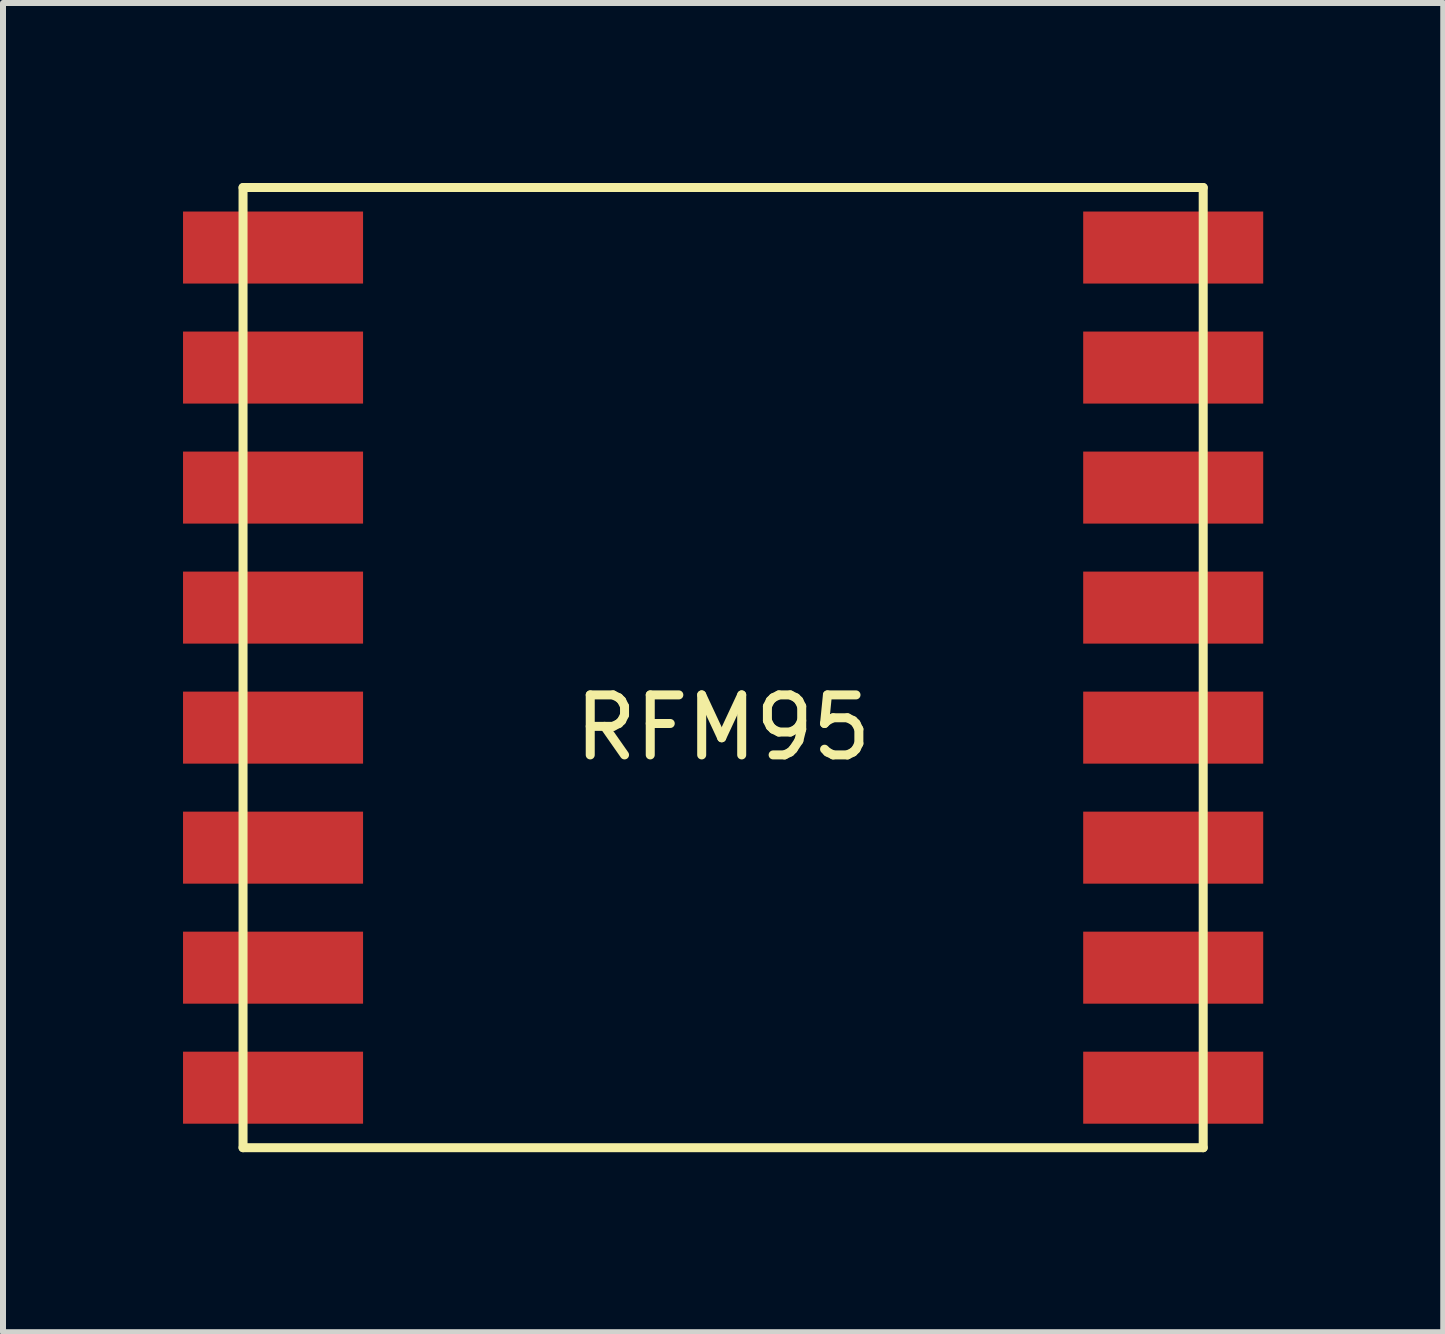
<source format=kicad_pcb>
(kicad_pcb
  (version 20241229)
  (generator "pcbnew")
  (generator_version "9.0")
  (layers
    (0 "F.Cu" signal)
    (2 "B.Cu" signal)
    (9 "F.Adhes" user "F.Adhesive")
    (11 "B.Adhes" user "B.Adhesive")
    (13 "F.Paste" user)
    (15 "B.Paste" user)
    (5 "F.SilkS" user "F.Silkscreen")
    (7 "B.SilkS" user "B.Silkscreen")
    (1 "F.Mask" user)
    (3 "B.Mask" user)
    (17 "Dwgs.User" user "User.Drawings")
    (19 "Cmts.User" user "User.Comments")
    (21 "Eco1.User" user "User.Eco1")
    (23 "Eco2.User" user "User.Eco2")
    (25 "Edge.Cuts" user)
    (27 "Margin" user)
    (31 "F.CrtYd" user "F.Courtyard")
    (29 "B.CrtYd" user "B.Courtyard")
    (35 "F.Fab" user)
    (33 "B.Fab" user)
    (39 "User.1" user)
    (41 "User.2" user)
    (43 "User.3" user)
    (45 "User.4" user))
  (footprint "RFM95"
    (layer "F.Cu")
    (at 9 8.075)
    (property "Reference" "RFM95" (at 0 1 0) (layer "F.SilkS") (effects (font (size 1 1) (thickness 0.15))))
    (attr through_hole)
    (fp_line (start -8 -8) (end -8 8) (stroke (width 0.15) (type solid)) (layer "F.SilkS"))
    (fp_line (start -8 8) (end 8 8) (stroke (width 0.15) (type solid)) (layer "F.SilkS"))
    (fp_line (start 8 -8) (end -8 -8) (stroke (width 0.15) (type solid)) (layer "F.SilkS"))
    (fp_line (start 8 8) (end 8 -8) (stroke (width 0.15) (type solid)) (layer "F.SilkS"))
    (pad "1" smd rect (at -7.5 -7) (size 3 1.2) (layers "F.Cu" "F.Mask" "F.Paste"))
    (pad "2" smd rect (at -7.5 -5) (size 3 1.2) (layers "F.Cu" "F.Mask" "F.Paste"))
    (pad "3" smd rect (at -7.5 -3) (size 3 1.2) (layers "F.Cu" "F.Mask" "F.Paste"))
    (pad "4" smd rect (at -7.5 -1) (size 3 1.2) (layers "F.Cu" "F.Mask" "F.Paste"))
    (pad "5" smd rect (at -7.5 1) (size 3 1.2) (layers "F.Cu" "F.Mask" "F.Paste"))
    (pad "6" smd rect (at -7.5 3) (size 3 1.2) (layers "F.Cu" "F.Mask" "F.Paste"))
    (pad "7" smd rect (at -7.5 5) (size 3 1.2) (layers "F.Cu" "F.Mask" "F.Paste"))
    (pad "8" smd rect (at -7.5 7) (size 3 1.2) (layers "F.Cu" "F.Mask" "F.Paste"))
    (pad "9" smd rect (at 7.5 7) (size 3 1.2) (layers "F.Cu" "F.Mask" "F.Paste"))
    (pad "10" smd rect (at 7.5 5) (size 3 1.2) (layers "F.Cu" "F.Mask" "F.Paste"))
    (pad "11" smd rect (at 7.5 3) (size 3 1.2) (layers "F.Cu" "F.Mask" "F.Paste"))
    (pad "12" smd rect (at 7.5 1) (size 3 1.2) (layers "F.Cu" "F.Mask" "F.Paste"))
    (pad "13" smd rect (at 7.5 -1) (size 3 1.2) (layers "F.Cu" "F.Mask" "F.Paste"))
    (pad "14" smd rect (at 7.5 -3) (size 3 1.2) (layers "F.Cu" "F.Mask" "F.Paste"))
    (pad "15" smd rect (at 7.5 -5) (size 3 1.2) (layers "F.Cu" "F.Mask" "F.Paste"))
    (pad "16" smd rect (at 7.5 -7) (size 3 1.2) (layers "F.Cu" "F.Mask" "F.Paste")))
  (gr_rect
    (start -3 -3)
    (end 21 19.15)
    (stroke (width 0.1) (type default))
    (fill no)
    (layer "Edge.Cuts")))
</source>
